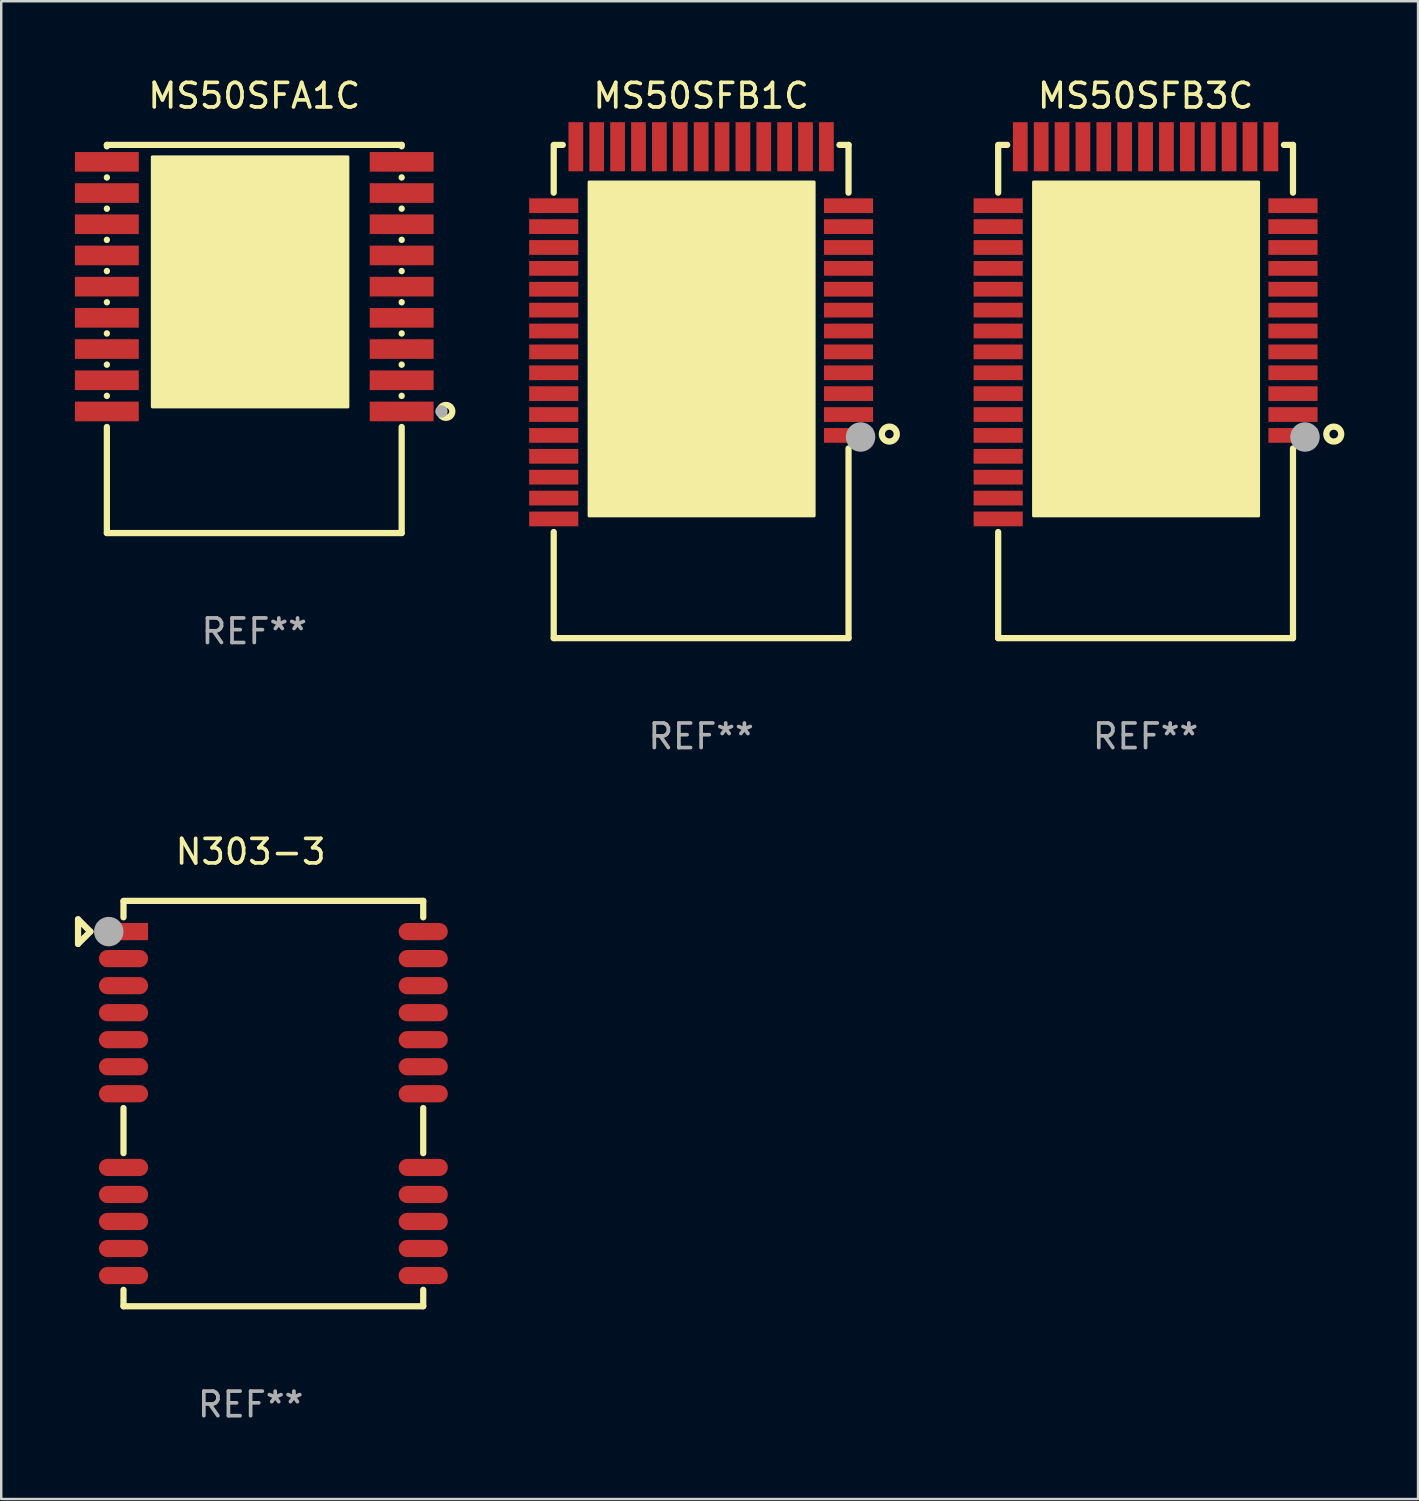
<source format=kicad_pcb>
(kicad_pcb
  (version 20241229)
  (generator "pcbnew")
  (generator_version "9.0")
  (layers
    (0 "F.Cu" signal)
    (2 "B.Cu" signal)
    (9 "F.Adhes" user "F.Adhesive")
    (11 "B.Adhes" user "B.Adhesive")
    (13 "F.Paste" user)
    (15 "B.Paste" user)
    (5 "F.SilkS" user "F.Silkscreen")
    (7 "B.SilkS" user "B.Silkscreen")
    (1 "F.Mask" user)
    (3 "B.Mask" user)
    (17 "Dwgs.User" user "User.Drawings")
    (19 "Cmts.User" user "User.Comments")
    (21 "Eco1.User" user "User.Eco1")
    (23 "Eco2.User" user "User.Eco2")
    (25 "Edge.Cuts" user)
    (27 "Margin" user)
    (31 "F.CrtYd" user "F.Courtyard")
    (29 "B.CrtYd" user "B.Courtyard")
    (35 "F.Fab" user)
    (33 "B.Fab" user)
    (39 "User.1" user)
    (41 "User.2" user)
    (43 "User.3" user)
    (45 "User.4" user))
  (footprint "MS50SFB3C"
    (layer "F.Cu")
    (at 43.58 12.886)
    (property "Reference" "MS50SFB3C" (at 0 -12.038 0) (layer "F.SilkS") (effects (font (size 1 1) (thickness 0.15))))
    (attr through_hole)
    (fp_line (start -6 -8.094) (end -6 -10.038) (stroke (width 0.254) (type solid)) (layer "F.SilkS"))
    (fp_line (start -6 10.038) (end -6 5.719) (stroke (width 0.254) (type solid)) (layer "F.SilkS"))
    (fp_line (start -5.631 -10.038) (end -5.95 -10.038) (stroke (width 0.254) (type solid)) (layer "F.SilkS"))
    (fp_line (start 6 -10.038) (end 5.631 -10.038) (stroke (width 0.254) (type solid)) (layer "F.SilkS"))
    (fp_line (start 6 -8.094) (end 6 -10.038) (stroke (width 0.254) (type solid)) (layer "F.SilkS"))
    (fp_line (start 6 10.038) (end -6 10.038) (stroke (width 0.254) (type solid)) (layer "F.SilkS"))
    (fp_line (start 6 10.038) (end 6 2.319) (stroke (width 0.254) (type solid)) (layer "F.SilkS"))
    (fp_circle (center -2.51 3.642) (end -2.084 3.642) (stroke (width 0.254) (type solid)) (fill no) (layer "F.SilkS"))
    (fp_circle (center 6 10.037) (end 6.03 10.037) (stroke (width 0.06) (type solid)) (fill no) (layer "F.SilkS"))
    (fp_circle (center 7.66 1.733) (end 7.964 1.733) (stroke (width 0.254) (type solid)) (fill no) (layer "F.SilkS"))
    (fp_poly (pts (xy -4.56 -8.528) (xy 4.6 -8.528) (xy 4.6 5.063) (xy -4.56 5.063)) (stroke (width 0.12) (type solid)) (fill yes) (layer "F.SilkS"))
    (fp_circle (center 6.49 1.852) (end 6.79 1.852) (stroke (width 0.6) (type solid)) (fill no) (layer "F.Fab"))
    (fp_text user "REF**" (at 0 14.038 0) (layer "F.Fab") (effects (font (size 1 1) (thickness 0.15))))
    (pad "1" smd rect (at 6 1.787 270) (size 0.6 2) (layers "F.Cu" "F.Mask" "F.Paste"))
    (pad "2" smd rect (at 6 0.938 270) (size 0.6 2) (layers "F.Cu" "F.Mask" "F.Paste"))
    (pad "3" smd rect (at 6 0.087 270) (size 0.6 2) (layers "F.Cu" "F.Mask" "F.Paste"))
    (pad "4" smd rect (at 6 -0.762 270) (size 0.6 2) (layers "F.Cu" "F.Mask" "F.Paste"))
    (pad "5" smd rect (at 6 -1.613 270) (size 0.6 2) (layers "F.Cu" "F.Mask" "F.Paste"))
    (pad "6" smd rect (at 6 -2.463 270) (size 0.6 2) (layers "F.Cu" "F.Mask" "F.Paste"))
    (pad "7" smd rect (at 6 -3.313 270) (size 0.6 2) (layers "F.Cu" "F.Mask" "F.Paste"))
    (pad "8" smd rect (at 6 -4.163 270) (size 0.6 2) (layers "F.Cu" "F.Mask" "F.Paste"))
    (pad "9" smd rect (at 6 -5.012 270) (size 0.6 2) (layers "F.Cu" "F.Mask" "F.Paste"))
    (pad "10" smd rect (at 6 -5.863 270) (size 0.6 2) (layers "F.Cu" "F.Mask" "F.Paste"))
    (pad "11" smd rect (at 6 -6.712 270) (size 0.6 2) (layers "F.Cu" "F.Mask" "F.Paste"))
    (pad "12" smd rect (at 6 -7.563 270) (size 0.6 2) (layers "F.Cu" "F.Mask" "F.Paste"))
    (pad "13" smd rect (at 5.1 -9.963) (size 0.6 2) (layers "F.Cu" "F.Mask" "F.Paste"))
    (pad "14" smd rect (at 4.25 -9.963) (size 0.6 2) (layers "F.Cu" "F.Mask" "F.Paste"))
    (pad "15" smd rect (at 3.4 -9.963) (size 0.6 2) (layers "F.Cu" "F.Mask" "F.Paste"))
    (pad "16" smd rect (at 2.55 -9.963) (size 0.6 2) (layers "F.Cu" "F.Mask" "F.Paste"))
    (pad "17" smd rect (at 1.7 -9.963) (size 0.6 2) (layers "F.Cu" "F.Mask" "F.Paste"))
    (pad "18" smd rect (at 0.85 -9.963) (size 0.6 2) (layers "F.Cu" "F.Mask" "F.Paste"))
    (pad "19" smd rect (at 0.000127 -9.963) (size 0.6 2) (layers "F.Cu" "F.Mask" "F.Paste"))
    (pad "20" smd rect (at -0.85 -9.963) (size 0.6 2) (layers "F.Cu" "F.Mask" "F.Paste"))
    (pad "21" smd rect (at -1.7 -9.963) (size 0.6 2) (layers "F.Cu" "F.Mask" "F.Paste"))
    (pad "22" smd rect (at -2.55 -9.963) (size 0.6 2) (layers "F.Cu" "F.Mask" "F.Paste"))
    (pad "23" smd rect (at -3.4 -9.963) (size 0.6 2) (layers "F.Cu" "F.Mask" "F.Paste"))
    (pad "24" smd rect (at -4.25 -9.963) (size 0.6 2) (layers "F.Cu" "F.Mask" "F.Paste"))
    (pad "25" smd rect (at -5.1 -9.963) (size 0.6 2) (layers "F.Cu" "F.Mask" "F.Paste"))
    (pad "26" smd rect (at -6 -7.563 90) (size 0.6 2) (layers "F.Cu" "F.Mask" "F.Paste"))
    (pad "27" smd rect (at -6 -6.712 90) (size 0.6 2) (layers "F.Cu" "F.Mask" "F.Paste"))
    (pad "28" smd rect (at -6 -5.863 90) (size 0.6 2) (layers "F.Cu" "F.Mask" "F.Paste"))
    (pad "29" smd rect (at -6 -5.012 90) (size 0.6 2) (layers "F.Cu" "F.Mask" "F.Paste"))
    (pad "30" smd rect (at -6 -4.163 90) (size 0.6 2) (layers "F.Cu" "F.Mask" "F.Paste"))
    (pad "31" smd rect (at -6 -3.313 90) (size 0.6 2) (layers "F.Cu" "F.Mask" "F.Paste"))
    (pad "32" smd rect (at -6 -2.463 90) (size 0.6 2) (layers "F.Cu" "F.Mask" "F.Paste"))
    (pad "33" smd rect (at -6 -1.613 90) (size 0.6 2) (layers "F.Cu" "F.Mask" "F.Paste"))
    (pad "34" smd rect (at -6 -0.762 90) (size 0.6 2) (layers "F.Cu" "F.Mask" "F.Paste"))
    (pad "35" smd rect (at -6 0.087 90) (size 0.6 2) (layers "F.Cu" "F.Mask" "F.Paste"))
    (pad "36" smd rect (at -6 0.938 90) (size 0.6 2) (layers "F.Cu" "F.Mask" "F.Paste"))
    (pad "37" smd rect (at -6 1.787 90) (size 0.6 2) (layers "F.Cu" "F.Mask" "F.Paste"))
    (pad "38" smd rect (at -6 2.638 90) (size 0.6 2) (layers "F.Cu" "F.Mask" "F.Paste"))
    (pad "39" smd rect (at -6 3.487 90) (size 0.6 2) (layers "F.Cu" "F.Mask" "F.Paste"))
    (pad "40" smd rect (at -6 4.338 90) (size 0.6 2) (layers "F.Cu" "F.Mask" "F.Paste"))
    (pad "41" smd rect (at -6 5.187 90) (size 0.6 2) (layers "F.Cu" "F.Mask" "F.Paste")))
  (footprint "MS50SFB1C"
    (layer "F.Cu")
    (at 25.489 12.886)
    (property "Reference" "MS50SFB1C" (at 0 -12.038 0) (layer "F.SilkS") (effects (font (size 1 1) (thickness 0.15))))
    (attr through_hole)
    (fp_line (start -6 -8.094) (end -6 -10.038) (stroke (width 0.254) (type solid)) (layer "F.SilkS"))
    (fp_line (start -6 10.038) (end -6 5.719) (stroke (width 0.254) (type solid)) (layer "F.SilkS"))
    (fp_line (start -5.631 -10.038) (end -5.95 -10.038) (stroke (width 0.254) (type solid)) (layer "F.SilkS"))
    (fp_line (start 6 -10.038) (end 5.631 -10.038) (stroke (width 0.254) (type solid)) (layer "F.SilkS"))
    (fp_line (start 6 -8.094) (end 6 -10.038) (stroke (width 0.254) (type solid)) (layer "F.SilkS"))
    (fp_line (start 6 10.038) (end -6 10.038) (stroke (width 0.254) (type solid)) (layer "F.SilkS"))
    (fp_line (start 6 10.038) (end 6 2.319) (stroke (width 0.254) (type solid)) (layer "F.SilkS"))
    (fp_circle (center -2.51 3.642) (end -2.084 3.642) (stroke (width 0.254) (type solid)) (fill no) (layer "F.SilkS"))
    (fp_circle (center 6 10.037) (end 6.03 10.037) (stroke (width 0.06) (type solid)) (fill no) (layer "F.SilkS"))
    (fp_circle (center 7.66 1.733) (end 7.964 1.733) (stroke (width 0.254) (type solid)) (fill no) (layer "F.SilkS"))
    (fp_poly (pts (xy -4.56 -8.528) (xy 4.6 -8.528) (xy 4.6 5.063) (xy -4.56 5.063)) (stroke (width 0.12) (type solid)) (fill yes) (layer "F.SilkS"))
    (fp_circle (center 6.49 1.852) (end 6.79 1.852) (stroke (width 0.6) (type solid)) (fill no) (layer "F.Fab"))
    (fp_text user "REF**" (at 0 14.038 0) (layer "F.Fab") (effects (font (size 1 1) (thickness 0.15))))
    (pad "1" smd rect (at 6 1.787 270) (size 0.6 2) (layers "F.Cu" "F.Mask" "F.Paste"))
    (pad "2" smd rect (at 6 0.938 270) (size 0.6 2) (layers "F.Cu" "F.Mask" "F.Paste"))
    (pad "3" smd rect (at 6 0.087 270) (size 0.6 2) (layers "F.Cu" "F.Mask" "F.Paste"))
    (pad "4" smd rect (at 6 -0.762 270) (size 0.6 2) (layers "F.Cu" "F.Mask" "F.Paste"))
    (pad "5" smd rect (at 6 -1.613 270) (size 0.6 2) (layers "F.Cu" "F.Mask" "F.Paste"))
    (pad "6" smd rect (at 6 -2.463 270) (size 0.6 2) (layers "F.Cu" "F.Mask" "F.Paste"))
    (pad "7" smd rect (at 6 -3.313 270) (size 0.6 2) (layers "F.Cu" "F.Mask" "F.Paste"))
    (pad "8" smd rect (at 6 -4.163 270) (size 0.6 2) (layers "F.Cu" "F.Mask" "F.Paste"))
    (pad "9" smd rect (at 6 -5.012 270) (size 0.6 2) (layers "F.Cu" "F.Mask" "F.Paste"))
    (pad "10" smd rect (at 6 -5.863 270) (size 0.6 2) (layers "F.Cu" "F.Mask" "F.Paste"))
    (pad "11" smd rect (at 6 -6.712 270) (size 0.6 2) (layers "F.Cu" "F.Mask" "F.Paste"))
    (pad "12" smd rect (at 6 -7.563 270) (size 0.6 2) (layers "F.Cu" "F.Mask" "F.Paste"))
    (pad "13" smd rect (at 5.1 -9.963) (size 0.6 2) (layers "F.Cu" "F.Mask" "F.Paste"))
    (pad "14" smd rect (at 4.25 -9.963) (size 0.6 2) (layers "F.Cu" "F.Mask" "F.Paste"))
    (pad "15" smd rect (at 3.4 -9.963) (size 0.6 2) (layers "F.Cu" "F.Mask" "F.Paste"))
    (pad "16" smd rect (at 2.55 -9.963) (size 0.6 2) (layers "F.Cu" "F.Mask" "F.Paste"))
    (pad "17" smd rect (at 1.7 -9.963) (size 0.6 2) (layers "F.Cu" "F.Mask" "F.Paste"))
    (pad "18" smd rect (at 0.85 -9.963) (size 0.6 2) (layers "F.Cu" "F.Mask" "F.Paste"))
    (pad "19" smd rect (at 0.000127 -9.963) (size 0.6 2) (layers "F.Cu" "F.Mask" "F.Paste"))
    (pad "20" smd rect (at -0.85 -9.963) (size 0.6 2) (layers "F.Cu" "F.Mask" "F.Paste"))
    (pad "21" smd rect (at -1.7 -9.963) (size 0.6 2) (layers "F.Cu" "F.Mask" "F.Paste"))
    (pad "22" smd rect (at -2.55 -9.963) (size 0.6 2) (layers "F.Cu" "F.Mask" "F.Paste"))
    (pad "23" smd rect (at -3.4 -9.963) (size 0.6 2) (layers "F.Cu" "F.Mask" "F.Paste"))
    (pad "24" smd rect (at -4.25 -9.963) (size 0.6 2) (layers "F.Cu" "F.Mask" "F.Paste"))
    (pad "25" smd rect (at -5.1 -9.963) (size 0.6 2) (layers "F.Cu" "F.Mask" "F.Paste"))
    (pad "26" smd rect (at -6 -7.563 90) (size 0.6 2) (layers "F.Cu" "F.Mask" "F.Paste"))
    (pad "27" smd rect (at -6 -6.712 90) (size 0.6 2) (layers "F.Cu" "F.Mask" "F.Paste"))
    (pad "28" smd rect (at -6 -5.863 90) (size 0.6 2) (layers "F.Cu" "F.Mask" "F.Paste"))
    (pad "29" smd rect (at -6 -5.012 90) (size 0.6 2) (layers "F.Cu" "F.Mask" "F.Paste"))
    (pad "30" smd rect (at -6 -4.163 90) (size 0.6 2) (layers "F.Cu" "F.Mask" "F.Paste"))
    (pad "31" smd rect (at -6 -3.313 90) (size 0.6 2) (layers "F.Cu" "F.Mask" "F.Paste"))
    (pad "32" smd rect (at -6 -2.463 90) (size 0.6 2) (layers "F.Cu" "F.Mask" "F.Paste"))
    (pad "33" smd rect (at -6 -1.613 90) (size 0.6 2) (layers "F.Cu" "F.Mask" "F.Paste"))
    (pad "34" smd rect (at -6 -0.762 90) (size 0.6 2) (layers "F.Cu" "F.Mask" "F.Paste"))
    (pad "35" smd rect (at -6 0.087 90) (size 0.6 2) (layers "F.Cu" "F.Mask" "F.Paste"))
    (pad "36" smd rect (at -6 0.938 90) (size 0.6 2) (layers "F.Cu" "F.Mask" "F.Paste"))
    (pad "37" smd rect (at -6 1.787 90) (size 0.6 2) (layers "F.Cu" "F.Mask" "F.Paste"))
    (pad "38" smd rect (at -6 2.638 90) (size 0.6 2) (layers "F.Cu" "F.Mask" "F.Paste"))
    (pad "39" smd rect (at -6 3.487 90) (size 0.6 2) (layers "F.Cu" "F.Mask" "F.Paste"))
    (pad "40" smd rect (at -6 4.338 90) (size 0.6 2) (layers "F.Cu" "F.Mask" "F.Paste"))
    (pad "41" smd rect (at -6 5.187 90) (size 0.6 2) (layers "F.Cu" "F.Mask" "F.Paste")))
  (footprint "MS50SFA1C"
    (layer "F.Cu")
    (at 7.3 10.748)
    (property "Reference" "MS50SFA1C" (at 0 -9.9 0) (layer "F.SilkS") (effects (font (size 1 1) (thickness 0.15))))
    (attr through_hole)
    (fp_line (start -6 -7.9) (end -6 -7.841) (stroke (width 0.254) (type solid)) (layer "F.SilkS"))
    (fp_line (start -6 -6.579) (end -6 -6.571) (stroke (width 0.254) (type solid)) (layer "F.SilkS"))
    (fp_line (start -6 -5.309) (end -6 -5.301) (stroke (width 0.254) (type solid)) (layer "F.SilkS"))
    (fp_line (start -6 -4.039) (end -6 -4.031) (stroke (width 0.254) (type solid)) (layer "F.SilkS"))
    (fp_line (start -6 -2.769) (end -6 -2.761) (stroke (width 0.254) (type solid)) (layer "F.SilkS"))
    (fp_line (start -6 -1.499) (end -6 -1.491) (stroke (width 0.254) (type solid)) (layer "F.SilkS"))
    (fp_line (start -6 -0.229) (end -6 -0.221) (stroke (width 0.254) (type solid)) (layer "F.SilkS"))
    (fp_line (start -6 1.041) (end -6 1.049) (stroke (width 0.254) (type solid)) (layer "F.SilkS"))
    (fp_line (start -6 2.311) (end -6 2.319) (stroke (width 0.254) (type solid)) (layer "F.SilkS"))
    (fp_line (start -6 3.581) (end -6 7.9) (stroke (width 0.254) (type solid)) (layer "F.SilkS"))
    (fp_line (start 6 -7.9) (end -6 -7.9) (stroke (width 0.254) (type solid)) (layer "F.SilkS"))
    (fp_line (start 6 -7.9) (end 6 -7.841) (stroke (width 0.254) (type solid)) (layer "F.SilkS"))
    (fp_line (start 6 -6.579) (end 6 -6.571) (stroke (width 0.254) (type solid)) (layer "F.SilkS"))
    (fp_line (start 6 -5.309) (end 6 -5.301) (stroke (width 0.254) (type solid)) (layer "F.SilkS"))
    (fp_line (start 6 -4.039) (end 6 -4.031) (stroke (width 0.254) (type solid)) (layer "F.SilkS"))
    (fp_line (start 6 -2.769) (end 6 -2.761) (stroke (width 0.254) (type solid)) (layer "F.SilkS"))
    (fp_line (start 6 -1.499) (end 6 -1.491) (stroke (width 0.254) (type solid)) (layer "F.SilkS"))
    (fp_line (start 6 -0.229) (end 6 -0.221) (stroke (width 0.254) (type solid)) (layer "F.SilkS"))
    (fp_line (start 6 1.041) (end 6 1.049) (stroke (width 0.254) (type solid)) (layer "F.SilkS"))
    (fp_line (start 6 2.311) (end 6 2.319) (stroke (width 0.254) (type solid)) (layer "F.SilkS"))
    (fp_line (start 6 3.581) (end 6 7.9) (stroke (width 0.254) (type solid)) (layer "F.SilkS"))
    (fp_line (start 6 7.9) (end -6 7.9) (stroke (width 0.254) (type solid)) (layer "F.SilkS"))
    (fp_circle (center 5.999 7.911) (end 6.029 7.911) (stroke (width 0.06) (type solid)) (fill no) (layer "F.SilkS"))
    (fp_circle (center 7.8 2.947) (end 8.062 2.947) (stroke (width 0.254) (type solid)) (fill no) (layer "F.SilkS"))
    (fp_poly (pts (xy -4.15 -7.412) (xy 3.81 -7.412) (xy 3.81 2.765) (xy -4.15 2.765)) (stroke (width 0.12) (type solid)) (fill yes) (layer "F.SilkS"))
    (fp_circle (center 7.62 2.95) (end 7.747 2.95) (stroke (width 0.254) (type solid)) (fill no) (layer "F.Fab"))
    (fp_text user "REF**" (at 0 11.9 0) (layer "F.Fab") (effects (font (size 1 1) (thickness 0.15))))
    (pad "1" smd rect (at 6 2.95 270) (size 0.8 2.6) (layers "F.Cu" "F.Mask" "F.Paste"))
    (pad "2" smd rect (at 6 1.68 270) (size 0.8 2.6) (layers "F.Cu" "F.Mask" "F.Paste"))
    (pad "3" smd rect (at 6 0.41 270) (size 0.8 2.6) (layers "F.Cu" "F.Mask" "F.Paste"))
    (pad "4" smd rect (at 6 -0.86 270) (size 0.8 2.6) (layers "F.Cu" "F.Mask" "F.Paste"))
    (pad "5" smd rect (at 6 -2.13 270) (size 0.8 2.6) (layers "F.Cu" "F.Mask" "F.Paste"))
    (pad "6" smd rect (at 6 -3.4 270) (size 0.8 2.6) (layers "F.Cu" "F.Mask" "F.Paste"))
    (pad "7" smd rect (at 6 -4.67 270) (size 0.8 2.6) (layers "F.Cu" "F.Mask" "F.Paste"))
    (pad "8" smd rect (at 6 -5.94 270) (size 0.8 2.6) (layers "F.Cu" "F.Mask" "F.Paste"))
    (pad "9" smd rect (at 6 -7.21 270) (size 0.8 2.6) (layers "F.Cu" "F.Mask" "F.Paste"))
    (pad "10" smd rect (at -6 -7.21 270) (size 0.8 2.6) (layers "F.Cu" "F.Mask" "F.Paste"))
    (pad "11" smd rect (at -6 -5.94 270) (size 0.8 2.6) (layers "F.Cu" "F.Mask" "F.Paste"))
    (pad "12" smd rect (at -6 -4.67 270) (size 0.8 2.6) (layers "F.Cu" "F.Mask" "F.Paste"))
    (pad "13" smd rect (at -6 -3.4 270) (size 0.8 2.6) (layers "F.Cu" "F.Mask" "F.Paste"))
    (pad "14" smd rect (at -6 -2.13 270) (size 0.8 2.6) (layers "F.Cu" "F.Mask" "F.Paste"))
    (pad "15" smd rect (at -6 -0.86 270) (size 0.8 2.6) (layers "F.Cu" "F.Mask" "F.Paste"))
    (pad "16" smd rect (at -6 0.41 270) (size 0.8 2.6) (layers "F.Cu" "F.Mask" "F.Paste"))
    (pad "17" smd rect (at -6 1.68 270) (size 0.8 2.6) (layers "F.Cu" "F.Mask" "F.Paste"))
    (pad "18" smd rect (at -6 2.95 270) (size 0.8 2.6) (layers "F.Cu" "F.Mask" "F.Paste")))
  (footprint "N303-3"
    (layer "F.Cu")
    (at 7.152 41.87)
    (property "Reference" "N303-3" (at 0 -10.25 0) (layer "F.SilkS") (effects (font (size 1 1) (thickness 0.15))))
    (attr through_hole)
    (fp_line (start -7.025 -7.5) (end -7.025 -6.5) (stroke (width 0.254) (type solid)) (layer "F.SilkS"))
    (fp_line (start -7.025 -6.5) (end -6.525 -7) (stroke (width 0.254) (type solid)) (layer "F.SilkS"))
    (fp_line (start -6.525 -7) (end -7.025 -7.5) (stroke (width 0.254) (type solid)) (layer "F.SilkS"))
    (fp_line (start -5.175 -8.25) (end 7.025 -8.25) (stroke (width 0.254) (type solid)) (layer "F.SilkS"))
    (fp_line (start -5.175 -7.581) (end -5.175 -8.23) (stroke (width 0.254) (type solid)) (layer "F.SilkS"))
    (fp_line (start -5.175 2.019) (end -5.175 0.181) (stroke (width 0.254) (type solid)) (layer "F.SilkS"))
    (fp_line (start -5.175 8.25) (end -5.175 7.581) (stroke (width 0.254) (type solid)) (layer "F.SilkS"))
    (fp_line (start 7.025 -8.25) (end 7.025 -7.581) (stroke (width 0.254) (type solid)) (layer "F.SilkS"))
    (fp_line (start 7.025 0.181) (end 7.025 2.019) (stroke (width 0.254) (type solid)) (layer "F.SilkS"))
    (fp_line (start 7.025 7.581) (end 7.025 8.25) (stroke (width 0.254) (type solid)) (layer "F.SilkS"))
    (fp_line (start 7.025 8.25) (end -5.175 8.25) (stroke (width 0.254) (type solid)) (layer "F.SilkS"))
    (fp_circle (center -5.175 -8.25) (end -5.145 -8.25) (stroke (width 0.06) (type solid)) (fill no) (layer "F.SilkS"))
    (fp_circle (center -5.775 -7) (end -5.475 -7) (stroke (width 0.6) (type solid)) (fill no) (layer "F.Fab"))
    (fp_text user "REF**" (at 0 12.25 0) (layer "F.Fab") (effects (font (size 1 1) (thickness 0.15))))
    (pad "1" smd rect (at -5.175 -7) (size 2 0.7) (layers "F.Cu" "F.Mask" "F.Paste"))
    (pad "2" smd oval (at -5.175 -5.9) (size 2 0.7) (layers "F.Cu" "F.Mask" "F.Paste"))
    (pad "3" smd oval (at -5.175 -4.8) (size 2 0.7) (layers "F.Cu" "F.Mask" "F.Paste"))
    (pad "4" smd oval (at -5.175 -3.7) (size 2 0.7) (layers "F.Cu" "F.Mask" "F.Paste"))
    (pad "5" smd oval (at -5.175 -2.6) (size 2 0.7) (layers "F.Cu" "F.Mask" "F.Paste"))
    (pad "6" smd oval (at -5.175 -1.5) (size 2 0.7) (layers "F.Cu" "F.Mask" "F.Paste"))
    (pad "7" smd oval (at -5.175 -0.4) (size 2 0.7) (layers "F.Cu" "F.Mask" "F.Paste"))
    (pad "8" smd oval (at -5.175 2.6) (size 2 0.7) (layers "F.Cu" "F.Mask" "F.Paste"))
    (pad "9" smd oval (at -5.175 3.7) (size 2 0.7) (layers "F.Cu" "F.Mask" "F.Paste"))
    (pad "10" smd oval (at -5.175 4.8) (size 2 0.7) (layers "F.Cu" "F.Mask" "F.Paste"))
    (pad "11" smd oval (at -5.175 5.9) (size 2 0.7) (layers "F.Cu" "F.Mask" "F.Paste"))
    (pad "12" smd oval (at -5.175 7) (size 2 0.7) (layers "F.Cu" "F.Mask" "F.Paste"))
    (pad "13" smd oval (at 7.025 7) (size 2 0.7) (layers "F.Cu" "F.Mask" "F.Paste"))
    (pad "14" smd oval (at 7.025 5.9) (size 2 0.7) (layers "F.Cu" "F.Mask" "F.Paste"))
    (pad "15" smd oval (at 7.025 4.8) (size 2 0.7) (layers "F.Cu" "F.Mask" "F.Paste"))
    (pad "16" smd oval (at 7.025 3.7) (size 2 0.7) (layers "F.Cu" "F.Mask" "F.Paste"))
    (pad "17" smd oval (at 7.025 2.6) (size 2 0.7) (layers "F.Cu" "F.Mask" "F.Paste"))
    (pad "18" smd oval (at 7.025 -0.4) (size 2 0.7) (layers "F.Cu" "F.Mask" "F.Paste"))
    (pad "19" smd oval (at 7.025 -1.5) (size 2 0.7) (layers "F.Cu" "F.Mask" "F.Paste"))
    (pad "20" smd oval (at 7.025 -2.6) (size 2 0.7) (layers "F.Cu" "F.Mask" "F.Paste"))
    (pad "21" smd oval (at 7.025 -3.7) (size 2 0.7) (layers "F.Cu" "F.Mask" "F.Paste"))
    (pad "22" smd oval (at 7.025 -4.8) (size 2 0.7) (layers "F.Cu" "F.Mask" "F.Paste"))
    (pad "23" smd oval (at 7.025 -5.9) (size 2 0.7) (layers "F.Cu" "F.Mask" "F.Paste"))
    (pad "24" smd oval (at 7.025 -7) (size 2 0.7) (layers "F.Cu" "F.Mask" "F.Paste")))
  (gr_rect
    (start -3 -3)
    (end 54.671 57.968)
    (stroke (width 0.1) (type default))
    (fill no)
    (layer "Edge.Cuts")))
</source>
